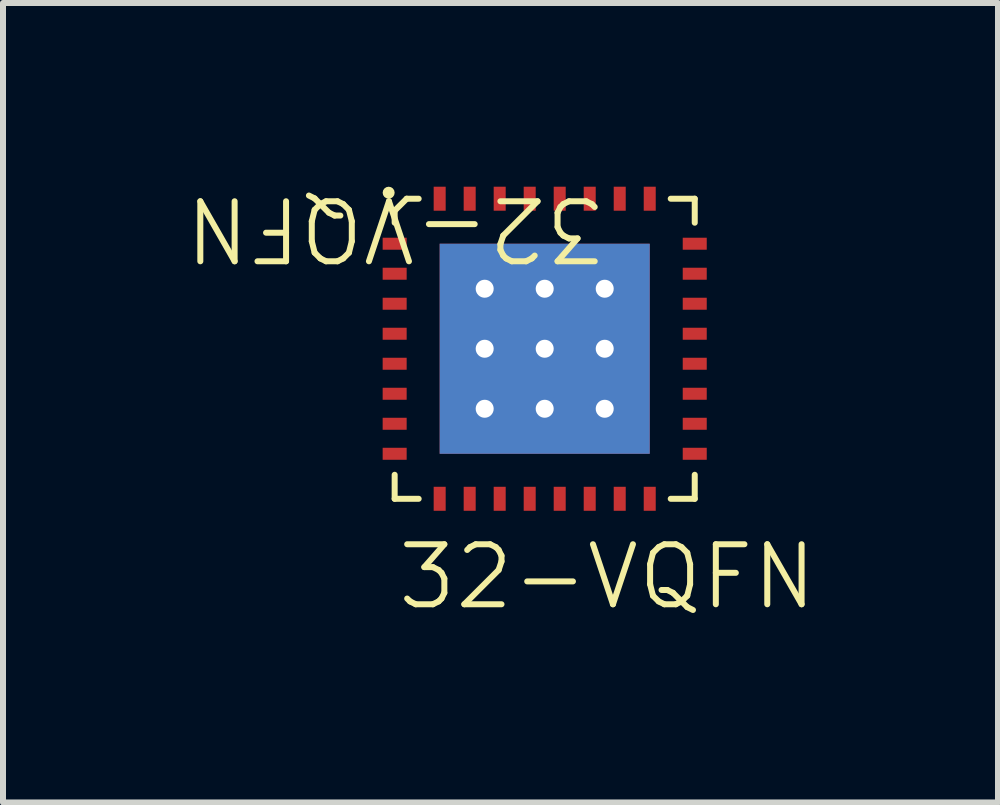
<source format=kicad_pcb>
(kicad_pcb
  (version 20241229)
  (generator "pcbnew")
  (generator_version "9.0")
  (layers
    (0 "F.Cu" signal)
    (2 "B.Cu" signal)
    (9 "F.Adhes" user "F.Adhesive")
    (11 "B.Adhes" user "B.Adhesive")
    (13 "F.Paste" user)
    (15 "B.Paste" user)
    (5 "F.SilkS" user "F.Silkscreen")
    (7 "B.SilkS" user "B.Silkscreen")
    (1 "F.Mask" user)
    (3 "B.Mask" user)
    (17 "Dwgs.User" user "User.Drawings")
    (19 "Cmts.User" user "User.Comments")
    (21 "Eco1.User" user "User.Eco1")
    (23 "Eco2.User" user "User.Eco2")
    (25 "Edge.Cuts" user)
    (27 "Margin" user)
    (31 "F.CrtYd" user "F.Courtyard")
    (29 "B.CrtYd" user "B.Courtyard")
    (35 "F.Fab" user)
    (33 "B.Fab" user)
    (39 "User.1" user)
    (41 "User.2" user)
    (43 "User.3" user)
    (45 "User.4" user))
  (footprint "32-VQFN"
    (layer "F.Cu")
    (at 3.526 5.261)
    (property "Reference" "32-VQFN" (at 0 -4.5 180) (unlocked yes) (layer "F.SilkS") (effects (font (size 1 1) (thickness 0.1))))
    (attr smd)
    (fp_line (start 0 -4.8) (end 0 -4.6) (stroke (width 0.1) (type default)) (layer "F.SilkS"))
    (fp_line (start 0 -4.8) (end 0.2 -5) (stroke (width 0.1) (type default)) (layer "F.SilkS"))
    (fp_line (start 0 0) (end 0 -0.4) (stroke (width 0.1) (type default)) (layer "F.SilkS"))
    (fp_line (start 0 0) (end 0.4 0) (stroke (width 0.1) (type default)) (layer "F.SilkS"))
    (fp_line (start 0.2 -5) (end 0.4 -5) (stroke (width 0.1) (type default)) (layer "F.SilkS"))
    (fp_line (start 5 -5) (end 4.6 -5) (stroke (width 0.1) (type default)) (layer "F.SilkS"))
    (fp_line (start 5 -5) (end 5 -4.6) (stroke (width 0.1) (type default)) (layer "F.SilkS"))
    (fp_line (start 5 0) (end 4.6 0) (stroke (width 0.1) (type default)) (layer "F.SilkS"))
    (fp_line (start 5 0) (end 5 -0.4) (stroke (width 0.1) (type default)) (layer "F.SilkS"))
    (fp_circle (center -0.1 -5.1) (end -0.05 -5.1) (stroke (width 0.1) (type solid)) (fill no) (layer "F.SilkS"))
    (fp_text user "${REFERENCE}" (at 0 1.3 0) (unlocked yes) (layer "F.SilkS") (effects (font (size 1 1) (thickness 0.1)) (justify left)))
    (pad "1" smd rect (at 0 -4.25 180) (size 0.4 0.2) (layers "F.Cu" "F.Mask" "F.Paste"))
    (pad "2" smd rect (at 0 -3.75 180) (size 0.4 0.2) (layers "F.Cu" "F.Mask" "F.Paste"))
    (pad "3" smd rect (at 0 -3.25 180) (size 0.4 0.2) (layers "F.Cu" "F.Mask" "F.Paste"))
    (pad "4" smd rect (at 0 -2.75 180) (size 0.4 0.2) (layers "F.Cu" "F.Mask" "F.Paste"))
    (pad "5" smd rect (at 0 -2.25 180) (size 0.4 0.2) (layers "F.Cu" "F.Mask" "F.Paste"))
    (pad "6" smd rect (at 0 -1.75 180) (size 0.4 0.2) (layers "F.Cu" "F.Mask" "F.Paste"))
    (pad "7" smd rect (at 0 -1.25 180) (size 0.4 0.2) (layers "F.Cu" "F.Mask" "F.Paste"))
    (pad "8" smd rect (at 0 -0.75 180) (size 0.4 0.2) (layers "F.Cu" "F.Mask" "F.Paste"))
    (pad "9" smd rect (at 0.75 0 270) (size 0.4 0.2) (layers "F.Cu" "F.Mask" "F.Paste"))
    (pad "10" smd rect (at 1.25 0 270) (size 0.4 0.2) (layers "F.Cu" "F.Mask" "F.Paste"))
    (pad "11" smd rect (at 1.75 0 270) (size 0.4 0.2) (layers "F.Cu" "F.Mask" "F.Paste"))
    (pad "12" smd rect (at 2.25 0 270) (size 0.4 0.2) (layers "F.Cu" "F.Mask" "F.Paste"))
    (pad "13" smd rect (at 2.75 0 270) (size 0.4 0.2) (layers "F.Cu" "F.Mask" "F.Paste"))
    (pad "14" smd rect (at 3.25 0 270) (size 0.4 0.2) (layers "F.Cu" "F.Mask" "F.Paste"))
    (pad "15" smd rect (at 3.75 0 270) (size 0.4 0.2) (layers "F.Cu" "F.Mask" "F.Paste"))
    (pad "16" smd rect (at 4.25 0 270) (size 0.4 0.2) (layers "F.Cu" "F.Mask" "F.Paste"))
    (pad "17" smd rect (at 5 -0.75 180) (size 0.4 0.2) (layers "F.Cu" "F.Mask" "F.Paste"))
    (pad "18" smd rect (at 5 -1.25 180) (size 0.4 0.2) (layers "F.Cu" "F.Mask" "F.Paste"))
    (pad "19" smd rect (at 5 -1.75 180) (size 0.4 0.2) (layers "F.Cu" "F.Mask" "F.Paste"))
    (pad "20" smd rect (at 5 -2.25 180) (size 0.4 0.2) (layers "F.Cu" "F.Mask" "F.Paste"))
    (pad "21" smd rect (at 5 -2.75 180) (size 0.4 0.2) (layers "F.Cu" "F.Mask" "F.Paste"))
    (pad "22" smd rect (at 5 -3.25 180) (size 0.4 0.2) (layers "F.Cu" "F.Mask" "F.Paste"))
    (pad "23" smd rect (at 5 -3.75 180) (size 0.4 0.2) (layers "F.Cu" "F.Mask" "F.Paste"))
    (pad "24" smd rect (at 5 -4.25 180) (size 0.4 0.2) (layers "F.Cu" "F.Mask" "F.Paste"))
    (pad "25" smd rect (at 4.25 -5 270) (size 0.4 0.2) (layers "F.Cu" "F.Mask" "F.Paste"))
    (pad "26" smd rect (at 3.75 -5 270) (size 0.4 0.2) (layers "F.Cu" "F.Mask" "F.Paste"))
    (pad "27" smd rect (at 3.25 -5 270) (size 0.4 0.2) (layers "F.Cu" "F.Mask" "F.Paste"))
    (pad "28" smd rect (at 2.75 -5 270) (size 0.4 0.2) (layers "F.Cu" "F.Mask" "F.Paste"))
    (pad "29" smd rect (at 2.25 -5 270) (size 0.4 0.2) (layers "F.Cu" "F.Mask" "F.Paste"))
    (pad "30" smd rect (at 1.75 -5 270) (size 0.4 0.2) (layers "F.Cu" "F.Mask" "F.Paste"))
    (pad "31" smd rect (at 1.25 -5 270) (size 0.4 0.2) (layers "F.Cu" "F.Mask" "F.Paste"))
    (pad "32" smd rect (at 0.75 -5 270) (size 0.4 0.2) (layers "F.Cu" "F.Mask" "F.Paste"))
    (pad "Shield" thru_hole circle (at 1.5 -3.5) (size 0.5 0.5) (drill 0.3) (layers "*.Cu" "*.Mask"))
    (pad "Shield" thru_hole circle (at 1.5 -2.5) (size 0.5 0.5) (drill 0.3) (layers "*.Cu" "*.Mask"))
    (pad "Shield" thru_hole circle (at 1.5 -1.5) (size 0.5 0.5) (drill 0.3) (layers "*.Cu" "*.Mask"))
    (pad "Shield" thru_hole circle (at 2.5 -3.5) (size 0.5 0.5) (drill 0.3) (layers "*.Cu" "*.Mask"))
    (pad "Shield" thru_hole circle (at 2.5 -2.5) (size 0.5 0.5) (drill 0.3) (layers "*.Cu" "*.Mask"))
    (pad "Shield" smd rect (at 2.5 -2.5) (size 3.5 3.5) (layers "F.Cu" "F.Mask" "F.Paste"))
    (pad "Shield" smd rect (at 2.5 -2.5) (size 3.5 3.5) (layers "B.Cu" "B.Mask" "B.Paste"))
    (pad "Shield" thru_hole circle (at 2.5 -1.5) (size 0.5 0.5) (drill 0.3) (layers "*.Cu" "*.Mask"))
    (pad "Shield" thru_hole circle (at 3.5 -3.5) (size 0.5 0.5) (drill 0.3) (layers "*.Cu" "*.Mask"))
    (pad "Shield" thru_hole circle (at 3.5 -2.5) (size 0.5 0.5) (drill 0.3) (layers "*.Cu" "*.Mask"))
    (pad "Shield" thru_hole circle (at 3.5 -1.5) (size 0.5 0.5) (drill 0.3) (layers "*.Cu" "*.Mask")))
  (gr_rect
    (start -3 -3)
    (end 13.579 10.321)
    (stroke (width 0.1) (type default))
    (fill no)
    (layer "Edge.Cuts")))
</source>
